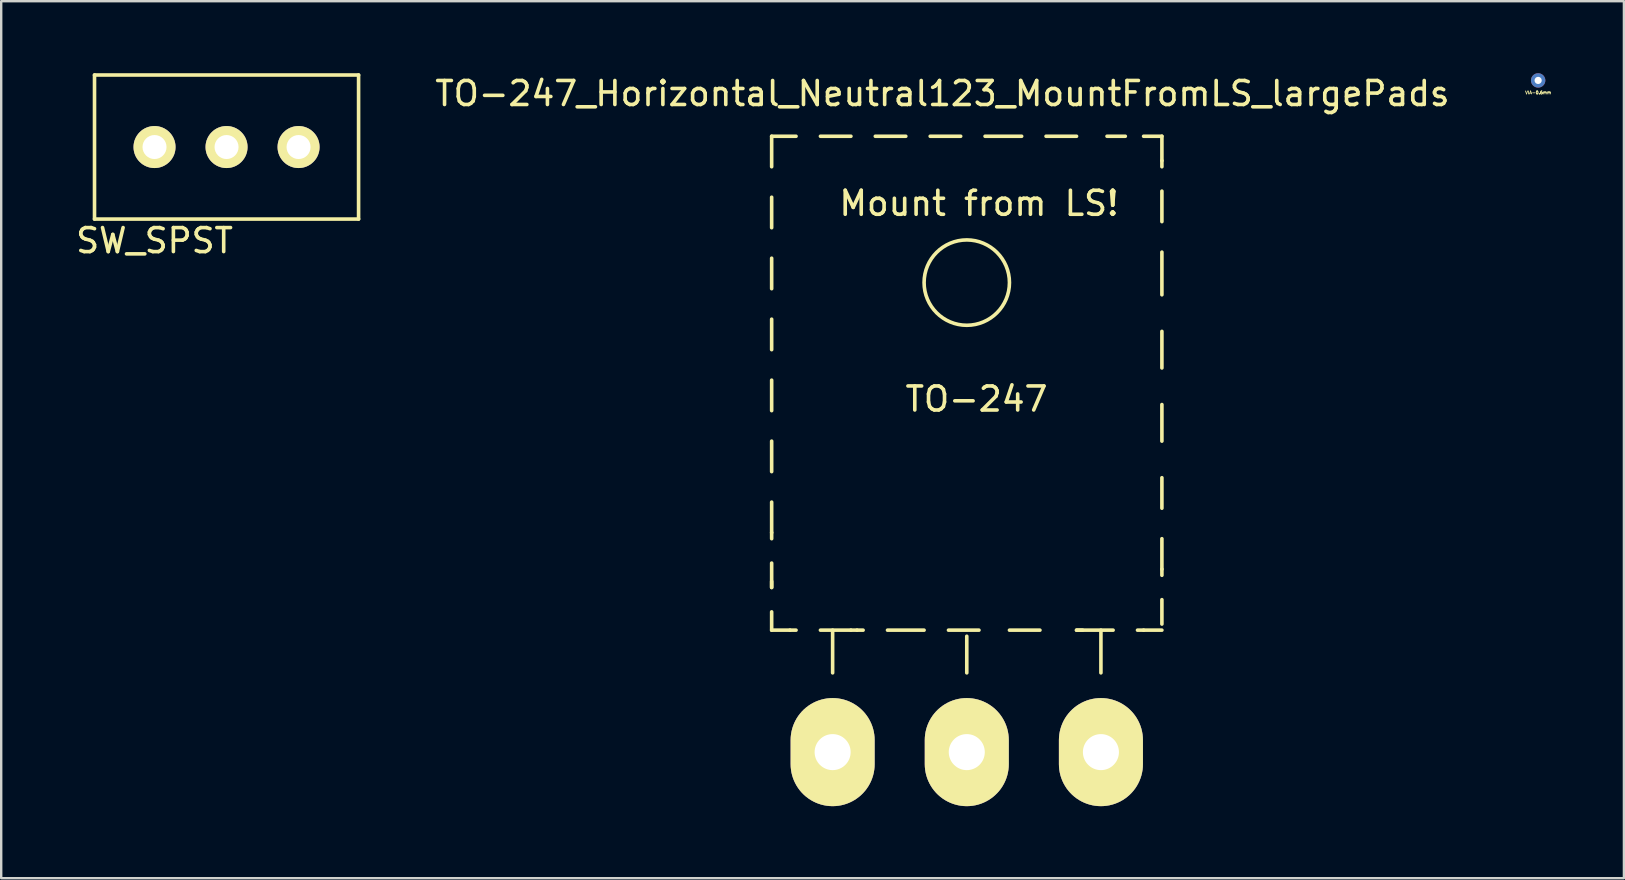
<source format=kicad_pcb>
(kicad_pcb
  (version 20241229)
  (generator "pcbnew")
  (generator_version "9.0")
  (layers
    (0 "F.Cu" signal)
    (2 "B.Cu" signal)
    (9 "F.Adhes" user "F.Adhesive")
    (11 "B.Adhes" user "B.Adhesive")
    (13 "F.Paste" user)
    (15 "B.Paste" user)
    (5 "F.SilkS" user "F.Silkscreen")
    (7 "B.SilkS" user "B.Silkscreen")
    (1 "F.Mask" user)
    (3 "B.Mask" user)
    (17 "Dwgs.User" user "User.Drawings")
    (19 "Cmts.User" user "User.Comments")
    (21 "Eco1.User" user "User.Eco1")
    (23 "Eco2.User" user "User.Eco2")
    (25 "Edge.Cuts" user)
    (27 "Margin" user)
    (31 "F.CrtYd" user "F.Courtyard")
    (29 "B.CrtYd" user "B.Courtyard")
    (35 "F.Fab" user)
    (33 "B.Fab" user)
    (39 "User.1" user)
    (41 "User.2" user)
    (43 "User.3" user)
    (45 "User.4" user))
  (footprint "VIA-0.6mm"
    (layer "F.Cu")
    (at 61.023 0.3)
    (property "Reference" "VIA-0.6mm" (at 0 0.508 0) (layer "F.SilkS") (effects (font (size 0.127 0.127) (thickness 0.032))))
    (attr through_hole)
    (pad "1" thru_hole circle (at 0 0) (size 0.6 0.6) (drill 0.3) (layers "*.Cu")))
  (footprint "TO-247_Horizontal_Neutral123_MountFromLS_largePads"
    (layer "F.Cu")
    (at 37.222 28.28)
    (property "Reference" "TO-247_Horizontal_Neutral123_MountFromLS_largePads" (at -1.016 -27.432 0) (layer "F.SilkS") (effects (font (size 1 1) (thickness 0.15))))
    (attr through_hole)
    (fp_line (start -8.128 -25.654) (end -8.128 -24.384) (stroke (width 0.15) (type solid)) (layer "F.SilkS"))
    (fp_line (start -8.128 -25.654) (end -7.112 -25.654) (stroke (width 0.15) (type solid)) (layer "F.SilkS"))
    (fp_line (start -8.128 -23.114) (end -8.128 -21.844) (stroke (width 0.15) (type solid)) (layer "F.SilkS"))
    (fp_line (start -8.128 -20.574) (end -8.128 -19.304) (stroke (width 0.15) (type solid)) (layer "F.SilkS"))
    (fp_line (start -8.128 -18.034) (end -8.128 -16.764) (stroke (width 0.15) (type solid)) (layer "F.SilkS"))
    (fp_line (start -8.128 -15.494) (end -8.128 -14.224) (stroke (width 0.15) (type solid)) (layer "F.SilkS"))
    (fp_line (start -8.128 -12.954) (end -8.128 -11.684) (stroke (width 0.15) (type solid)) (layer "F.SilkS"))
    (fp_line (start -8.128 -10.414) (end -8.128 -9.144) (stroke (width 0.15) (type solid)) (layer "F.SilkS"))
    (fp_line (start -8.128 -9.144) (end -8.128 -8.89) (stroke (width 0.15) (type solid)) (layer "F.SilkS"))
    (fp_line (start -8.128 -7.874) (end -8.128 -6.858) (stroke (width 0.15) (type solid)) (layer "F.SilkS"))
    (fp_line (start -8.128 -6.858) (end -8.128 -7.112) (stroke (width 0.15) (type solid)) (layer "F.SilkS"))
    (fp_line (start -8.128 -5.842) (end -8.128 -5.08) (stroke (width 0.15) (type solid)) (layer "F.SilkS"))
    (fp_line (start -8.128 -5.08) (end -7.366 -5.08) (stroke (width 0.15) (type solid)) (layer "F.SilkS"))
    (fp_line (start -7.366 -5.08) (end -7.112 -5.08) (stroke (width 0.15) (type solid)) (layer "F.SilkS"))
    (fp_line (start -6.096 -25.654) (end -4.826 -25.654) (stroke (width 0.15) (type solid)) (layer "F.SilkS"))
    (fp_line (start -6.096 -5.08) (end -4.826 -5.08) (stroke (width 0.15) (type solid)) (layer "F.SilkS"))
    (fp_line (start -5.588 -3.302) (end -5.588 -5.08) (stroke (width 0.15) (type solid)) (layer "F.SilkS"))
    (fp_line (start -4.826 -5.08) (end -4.572 -5.08) (stroke (width 0.15) (type solid)) (layer "F.SilkS"))
    (fp_line (start -4.572 -5.08) (end -4.318 -5.08) (stroke (width 0.15) (type solid)) (layer "F.SilkS"))
    (fp_line (start -3.81 -25.654) (end -2.54 -25.654) (stroke (width 0.15) (type solid)) (layer "F.SilkS"))
    (fp_line (start -3.302 -5.08) (end -1.778 -5.08) (stroke (width 0.15) (type solid)) (layer "F.SilkS"))
    (fp_line (start -1.524 -25.654) (end -0.254 -25.654) (stroke (width 0.15) (type solid)) (layer "F.SilkS"))
    (fp_line (start -0.762 -5.08) (end 0.508 -5.08) (stroke (width 0.15) (type solid)) (layer "F.SilkS"))
    (fp_line (start 0 -3.302) (end 0 -4.826) (stroke (width 0.15) (type solid)) (layer "F.SilkS"))
    (fp_line (start 0.762 -25.654) (end 2.286 -25.654) (stroke (width 0.15) (type solid)) (layer "F.SilkS"))
    (fp_line (start 1.778 -5.08) (end 3.048 -5.08) (stroke (width 0.15) (type solid)) (layer "F.SilkS"))
    (fp_line (start 3.302 -25.654) (end 4.572 -25.654) (stroke (width 0.15) (type solid)) (layer "F.SilkS"))
    (fp_line (start 4.572 -5.08) (end 4.826 -5.08) (stroke (width 0.15) (type solid)) (layer "F.SilkS"))
    (fp_line (start 5.588 -3.302) (end 5.588 -5.08) (stroke (width 0.15) (type solid)) (layer "F.SilkS"))
    (fp_line (start 5.842 -25.654) (end 6.604 -25.654) (stroke (width 0.15) (type solid)) (layer "F.SilkS"))
    (fp_line (start 6.096 -5.08) (end 4.572 -5.08) (stroke (width 0.15) (type solid)) (layer "F.SilkS"))
    (fp_line (start 7.366 -25.654) (end 8.128 -25.654) (stroke (width 0.15) (type solid)) (layer "F.SilkS"))
    (fp_line (start 7.366 -5.08) (end 7.112 -5.08) (stroke (width 0.15) (type solid)) (layer "F.SilkS"))
    (fp_line (start 8.128 -25.654) (end 8.128 -24.638) (stroke (width 0.15) (type solid)) (layer "F.SilkS"))
    (fp_line (start 8.128 -24.638) (end 8.128 -24.384) (stroke (width 0.15) (type solid)) (layer "F.SilkS"))
    (fp_line (start 8.128 -23.368) (end 8.128 -22.098) (stroke (width 0.15) (type solid)) (layer "F.SilkS"))
    (fp_line (start 8.128 -20.828) (end 8.128 -19.05) (stroke (width 0.15) (type solid)) (layer "F.SilkS"))
    (fp_line (start 8.128 -17.526) (end 8.128 -16.002) (stroke (width 0.15) (type solid)) (layer "F.SilkS"))
    (fp_line (start 8.128 -14.478) (end 8.128 -12.954) (stroke (width 0.15) (type solid)) (layer "F.SilkS"))
    (fp_line (start 8.128 -11.43) (end 8.128 -10.16) (stroke (width 0.15) (type solid)) (layer "F.SilkS"))
    (fp_line (start 8.128 -8.89) (end 8.128 -7.62) (stroke (width 0.15) (type solid)) (layer "F.SilkS"))
    (fp_line (start 8.128 -7.62) (end 8.128 -7.366) (stroke (width 0.15) (type solid)) (layer "F.SilkS"))
    (fp_line (start 8.128 -6.35) (end 8.128 -5.334) (stroke (width 0.15) (type solid)) (layer "F.SilkS"))
    (fp_line (start 8.128 -5.08) (end 7.366 -5.08) (stroke (width 0.15) (type solid)) (layer "F.SilkS"))
    (fp_circle (center 0 -19.558) (end 1.778 -19.558) (stroke (width 0.15) (type solid)) (fill no) (layer "F.SilkS"))
    (fp_text user "Mount from LS!" (at 0.508 -22.86 0) (layer "F.SilkS") (effects (font (size 1 1) (thickness 0.15))))
    (fp_text user "TO-247" (at 0.406 -14.707 0) (layer "F.SilkS") (effects (font (size 1 1) (thickness 0.15))))
    (pad "1" thru_hole oval (at 5.588 0 90) (size 4.502 3.5) (drill 1.501) (layers "*.Cu" "*.Mask" "F.SilkS"))
    (pad "2" thru_hole oval (at 0 0 90) (size 4.502 3.5) (drill 1.501) (layers "*.Cu" "*.Mask" "F.SilkS"))
    (pad "3" thru_hole oval (at -5.588 0 90) (size 4.502 3.5) (drill 1.501) (layers "*.Cu" "*.Mask" "F.SilkS")))
  (footprint "SW_SPST"
    (layer "F.Cu")
    (at 3.387 3.075)
    (property "Reference" "SW_SPST" (at 0 3.9 0) (layer "F.SilkS") (effects (font (size 1 1) (thickness 0.15))))
    (attr through_hole)
    (fp_line (start -2.5 -3) (end 8.5 -3) (stroke (width 0.15) (type solid)) (layer "F.SilkS"))
    (fp_line (start -2.5 3) (end -2.5 -3) (stroke (width 0.15) (type solid)) (layer "F.SilkS"))
    (fp_line (start 8.5 -3) (end 8.5 3) (stroke (width 0.15) (type solid)) (layer "F.SilkS"))
    (fp_line (start 8.5 3) (end -2.5 3) (stroke (width 0.15) (type solid)) (layer "F.SilkS"))
    (pad "" np_thru_hole circle (at 6 0) (size 1.75 1.75) (drill 1) (layers "*.Cu" "*.Mask" "F.SilkS"))
    (pad "1" thru_hole circle (at 0 0) (size 1.75 1.75) (drill 1) (layers "*.Cu" "*.Mask" "F.SilkS"))
    (pad "2" thru_hole circle (at 3 0) (size 1.75 1.75) (drill 1) (layers "*.Cu" "*.Mask" "F.SilkS")))
  (gr_rect
    (start -3 -3)
    (end 64.596 33.531)
    (stroke (width 0.1) (type default))
    (fill no)
    (layer "Edge.Cuts")))
</source>
